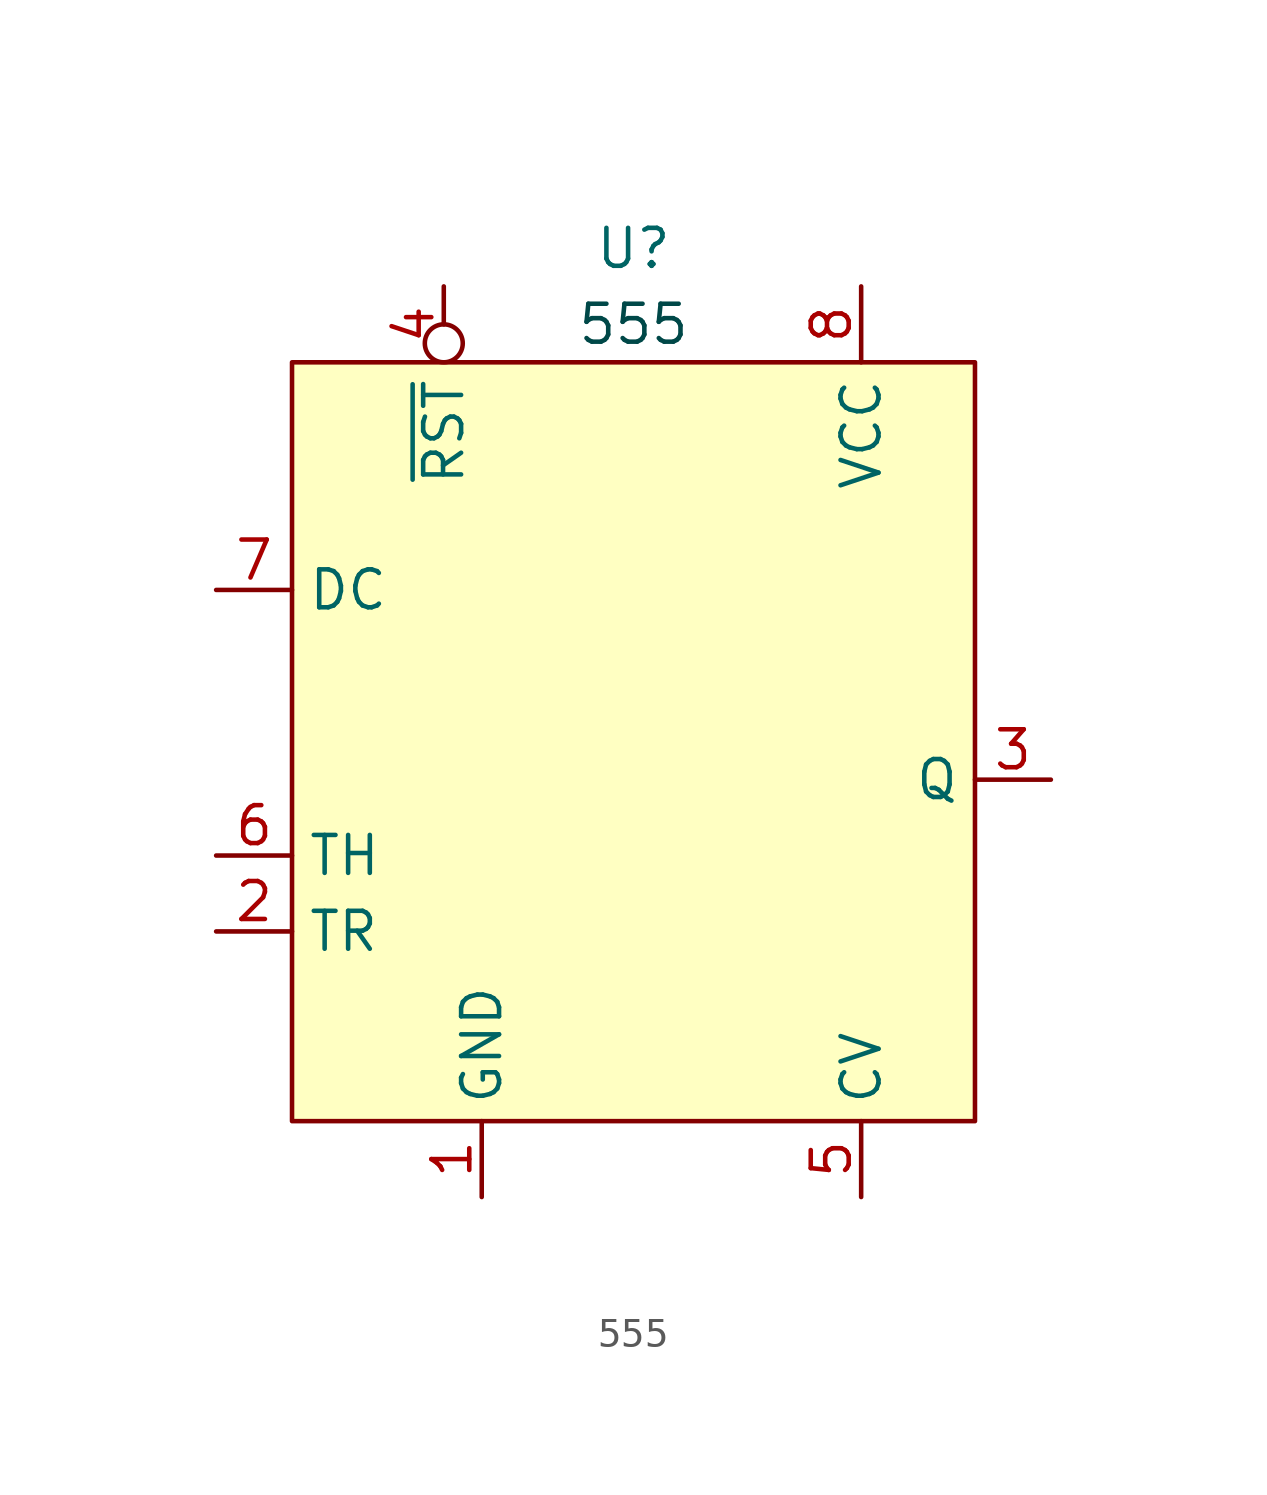
<source format=kicad_sym>
(kicad_symbol_lib
  (version 20220914)
  (generator kicad_symbol_editor)
  (symbol "555"
    (property "Reference" "U"
      (at 0 16.51 0)
      (effects (font (size 1.27 1.27))))
    (property "Value" ""
      (at 0 6.35 0)
      (effects (font (size 1.27 1.27))))
    (symbol "555_1_1"
      (rectangle (start -11.43 12.7) (end 11.43 -12.7) (stroke (width 0) (type default)) (fill (type background)))
      (text "555" (at 0 13.97 0) (effects (font (size 1.27 1.27) (color 0 72 72 1))))
      (pin power_in line (at -5.08 -15.24 90) (length 2.54) (name "GND" (effects (font (size 1.27 1.27)))) (number "1" (effects (font (size 1.27 1.27)))))
      (pin input line (at -13.97 -6.35 0) (length 2.54) (name "TR" (effects (font (size 1.27 1.27)))) (number "2" (effects (font (size 1.27 1.27)))))
      (pin output line (at 13.97 -1.27 180) (length 2.54) (name "Q" (effects (font (size 1.27 1.27)))) (number "3" (effects (font (size 1.27 1.27)))))
      (pin input inverted (at -6.35 15.24 270) (length 2.54) (name "~{RST}" (effects (font (size 1.27 1.27)))) (number "4" (effects (font (size 1.27 1.27)))))
      (pin input line (at 7.62 -15.24 90) (length 2.54) (name "CV" (effects (font (size 1.27 1.27)))) (number "5" (effects (font (size 1.27 1.27)))))
      (pin input line (at -13.97 -3.81 0) (length 2.54) (name "TH" (effects (font (size 1.27 1.27)))) (number "6" (effects (font (size 1.27 1.27)))))
      (pin input line (at -13.97 5.08 0) (length 2.54) (name "DC" (effects (font (size 1.27 1.27)))) (number "7" (effects (font (size 1.27 1.27)))))
      (pin power_in line (at 7.62 15.24 270) (length 2.54) (name "VCC" (effects (font (size 1.27 1.27)))) (number "8" (effects (font (size 1.27 1.27))))))))
</source>
